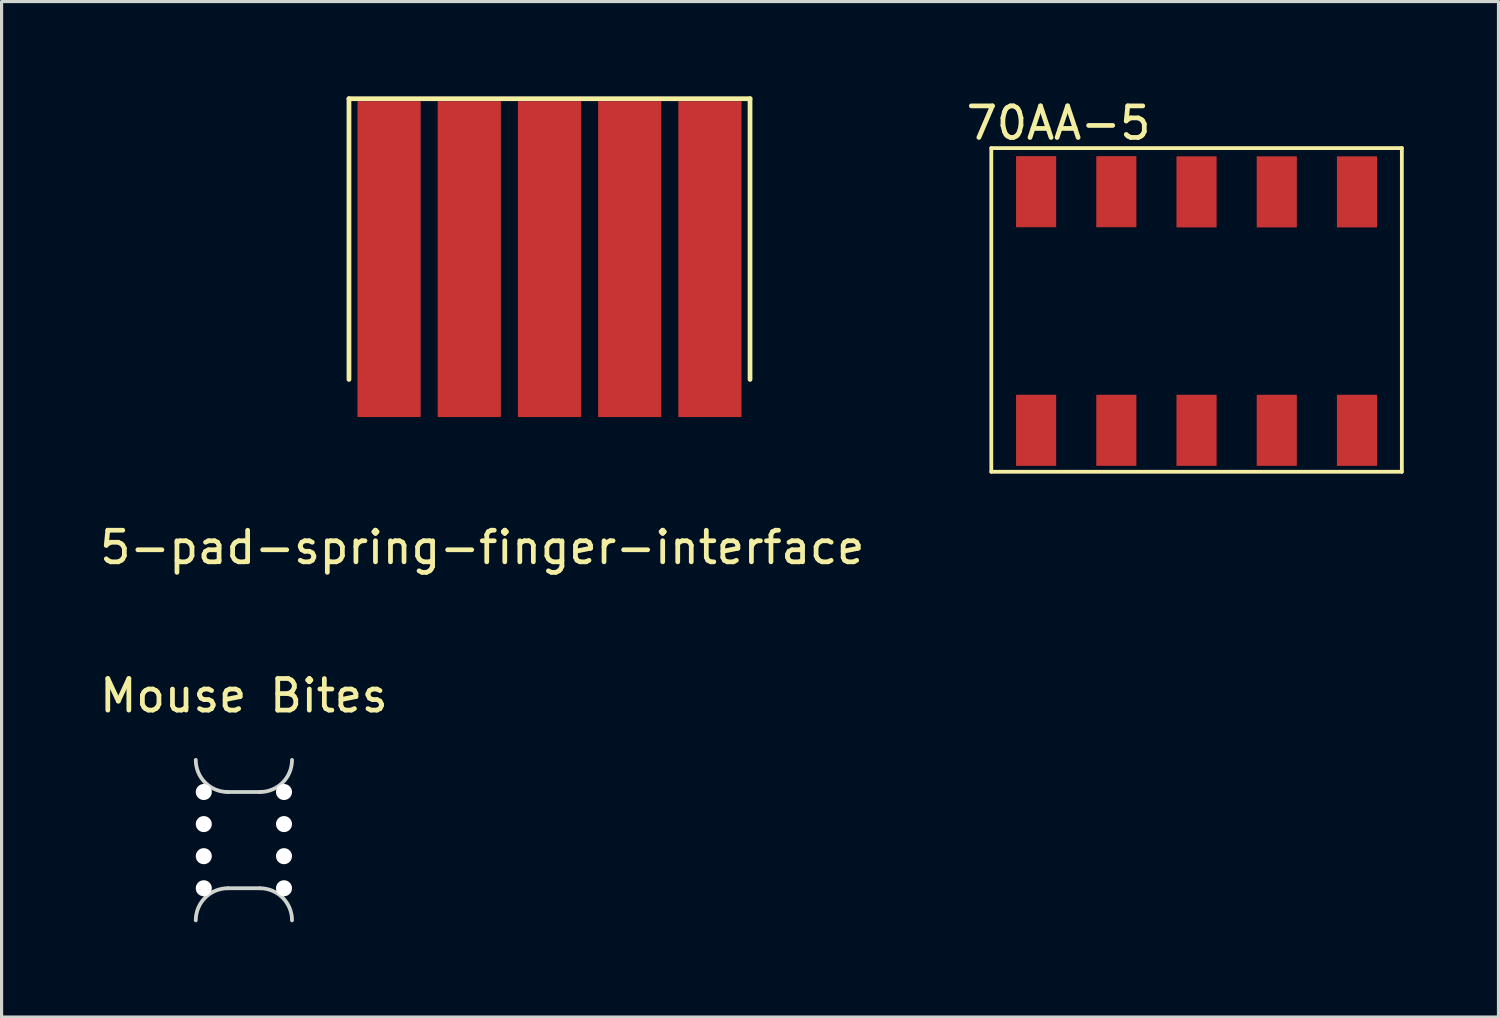
<source format=kicad_pcb>
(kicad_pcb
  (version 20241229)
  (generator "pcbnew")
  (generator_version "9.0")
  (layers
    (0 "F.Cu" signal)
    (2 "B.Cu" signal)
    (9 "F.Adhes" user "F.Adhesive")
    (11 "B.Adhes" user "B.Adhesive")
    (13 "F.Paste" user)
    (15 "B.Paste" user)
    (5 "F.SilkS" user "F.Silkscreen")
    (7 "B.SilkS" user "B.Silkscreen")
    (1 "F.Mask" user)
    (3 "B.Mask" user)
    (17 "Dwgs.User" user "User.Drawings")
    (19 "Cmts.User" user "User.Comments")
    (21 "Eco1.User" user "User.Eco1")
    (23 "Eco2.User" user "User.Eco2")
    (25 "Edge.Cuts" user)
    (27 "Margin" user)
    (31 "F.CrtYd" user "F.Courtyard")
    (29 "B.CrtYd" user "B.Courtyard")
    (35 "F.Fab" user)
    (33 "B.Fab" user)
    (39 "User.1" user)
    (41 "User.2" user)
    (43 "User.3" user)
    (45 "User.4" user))
  (footprint "Mouse Bites"
    (layer "F.Cu")
    (at 4.673 23.553)
    (property "Reference" "Mouse Bites" (at 0 -4.572 0) (unlocked yes) (layer "F.SilkS") (effects (font (size 1 1) (thickness 0.15))))
    (fp_line (start -0.508 -1.524) (end 0.508 -1.524) (stroke (width 0.12) (type solid)) (layer "Edge.Cuts"))
    (fp_line (start -0.508 1.524) (end 0.508 1.524) (stroke (width 0.12) (type solid)) (layer "Edge.Cuts"))
    (fp_arc (start -1.524 2.54) (mid -1.22642 1.82158) (end -0.508 1.524) (stroke (width 0.12) (type solid)) (layer "Edge.Cuts"))
    (fp_arc (start -0.508 -1.524) (mid -1.22642 -1.82158) (end -1.524 -2.54) (stroke (width 0.12) (type solid)) (layer "Edge.Cuts"))
    (fp_arc (start 0.508 1.524) (mid 1.22642 1.82158) (end 1.524 2.54) (stroke (width 0.12) (type solid)) (layer "Edge.Cuts"))
    (fp_arc (start 1.524 -2.54) (mid 1.22642 -1.82158) (end 0.508 -1.524) (stroke (width 0.12) (type solid)) (layer "Edge.Cuts"))
    (pad "" np_thru_hole circle (at -1.27 -1.524) (size 0.508 0.508) (drill 0.508) (layers "*.Cu" "*.Mask"))
    (pad "" np_thru_hole circle (at -1.27 -0.508) (size 0.508 0.508) (drill 0.508) (layers "*.Cu" "*.Mask"))
    (pad "" np_thru_hole circle (at -1.27 0.508) (size 0.508 0.508) (drill 0.508) (layers "*.Cu" "*.Mask"))
    (pad "" np_thru_hole circle (at -1.27 1.524) (size 0.508 0.508) (drill 0.508) (layers "*.Cu" "*.Mask"))
    (pad "" np_thru_hole circle (at 1.27 -1.524) (size 0.508 0.508) (drill 0.508) (layers "*.Cu" "*.Mask"))
    (pad "" np_thru_hole circle (at 1.27 -0.508) (size 0.508 0.508) (drill 0.508) (layers "*.Cu" "*.Mask"))
    (pad "" np_thru_hole circle (at 1.27 0.508) (size 0.508 0.508) (drill 0.508) (layers "*.Cu" "*.Mask"))
    (pad "" np_thru_hole circle (at 1.27 1.524) (size 0.508 0.508) (drill 0.508) (layers "*.Cu" "*.Mask")))
  (footprint "70AA-5"
    (layer "F.Cu")
    (at 29.759 10.576)
    (property "Reference" "70AA-5" (at 0.711 -9.728 0) (layer "F.SilkS") (effects (font (size 1 1) (thickness 0.15))))
    (attr through_hole)
    (fp_line (start -1.419 -8.937) (end -1.419 1.313) (stroke (width 0.12) (type solid)) (layer "F.SilkS"))
    (fp_line (start -1.419 1.313) (end 11.581 1.313) (stroke (width 0.12) (type solid)) (layer "F.SilkS"))
    (fp_line (start 11.581 -8.937) (end -1.419 -8.937) (stroke (width 0.12) (type solid)) (layer "F.SilkS"))
    (fp_line (start 11.581 1.313) (end 11.581 -8.937) (stroke (width 0.12) (type solid)) (layer "F.SilkS"))
    (pad "1" smd rect (at 0 0) (size 1.27 2.25) (layers "F.Cu" "F.Mask" "F.Paste"))
    (pad "2" smd rect (at 2.54 0) (size 1.27 2.25) (layers "F.Cu" "F.Mask" "F.Paste"))
    (pad "3" smd rect (at 5.08 0) (size 1.27 2.25) (layers "F.Cu" "F.Mask" "F.Paste"))
    (pad "4" smd rect (at 7.62 0) (size 1.27 2.25) (layers "F.Cu" "F.Mask" "F.Paste"))
    (pad "5" smd rect (at 10.16 0) (size 1.27 2.25) (layers "F.Cu" "F.Mask" "F.Paste"))
    (pad "6" smd rect (at 10.16 -7.55) (size 1.27 2.25) (layers "F.Cu" "F.Mask" "F.Paste"))
    (pad "7" smd rect (at 7.62 -7.55) (size 1.27 2.25) (layers "F.Cu" "F.Mask" "F.Paste"))
    (pad "8" smd rect (at 5.08 -7.55) (size 1.27 2.25) (layers "F.Cu" "F.Mask" "F.Paste"))
    (pad "9" smd rect (at 2.54 -7.556) (size 1.27 2.25) (layers "F.Cu" "F.Mask" "F.Paste"))
    (pad "10" smd rect (at 0 -7.556) (size 1.27 2.25) (layers "F.Cu" "F.Mask" "F.Paste")))
  (footprint "5-pad-spring-finger-interface"
    (layer "F.Cu")
    (at 9.27 10.235)
    (property "Reference" "5-pad-spring-finger-interface" (at 2.95 4.05 0) (layer "F.SilkS") (effects (font (size 1 1) (thickness 0.15))))
    (attr through_hole)
    (fp_line (start -1.27 -10.16) (end 11.43 -10.16) (stroke (width 0.15) (type solid)) (layer "F.SilkS"))
    (fp_line (start -1.27 -1.27) (end -1.27 -10.16) (stroke (width 0.15) (type solid)) (layer "F.SilkS"))
    (fp_line (start 11.43 -1.27) (end 11.43 -10.16) (stroke (width 0.15) (type solid)) (layer "F.SilkS"))
    (pad "1" smd rect (at 0 -5.08) (size 2 10) (layers "F.Cu" "F.Mask" "F.Paste"))
    (pad "2" smd rect (at 2.54 -5.08) (size 2 10) (layers "F.Cu" "F.Mask" "F.Paste"))
    (pad "3" smd rect (at 5.08 -5.08) (size 2 10) (layers "F.Cu" "F.Mask" "F.Paste"))
    (pad "4" smd rect (at 7.62 -5.08) (size 2 10) (layers "F.Cu" "F.Mask" "F.Paste"))
    (pad "5" smd rect (at 10.16 -5.08) (size 2 10) (layers "F.Cu" "F.Mask" "F.Paste")))
  (gr_rect
    (start -3 -3)
    (end 44.4 29.154)
    (stroke (width 0.1) (type default))
    (fill no)
    (layer "Edge.Cuts")))
</source>
